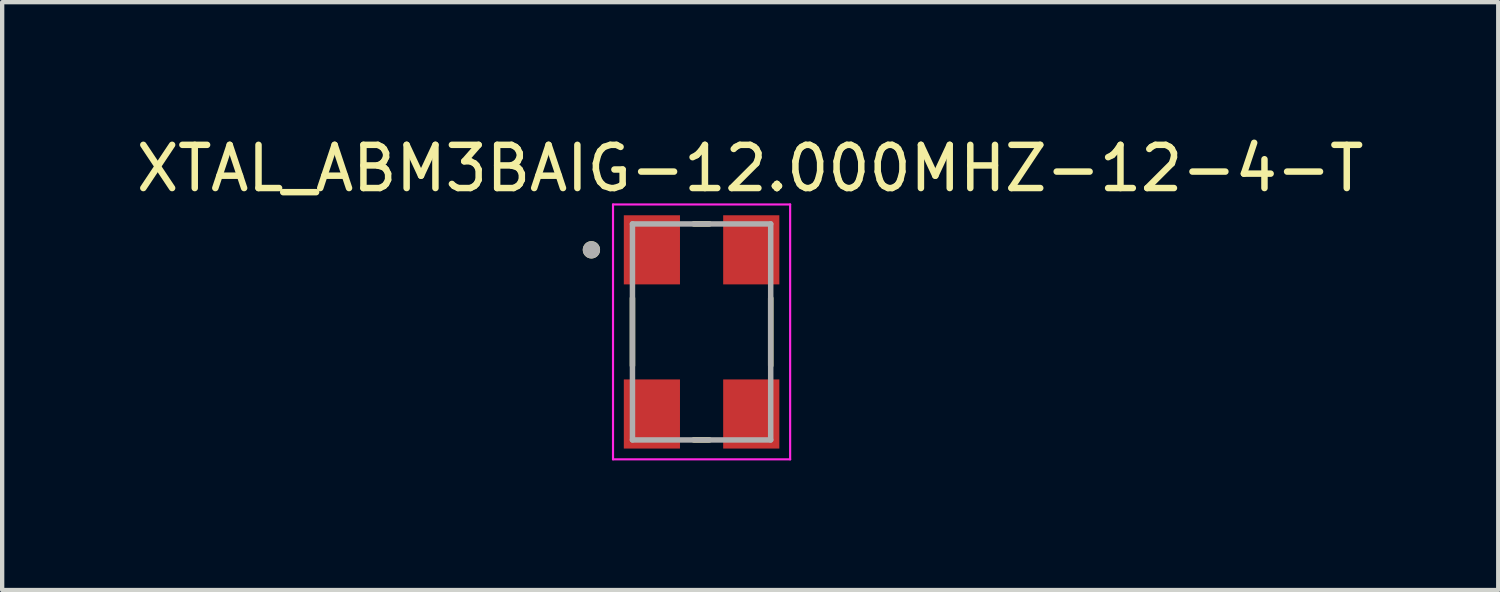
<source format=kicad_pcb>
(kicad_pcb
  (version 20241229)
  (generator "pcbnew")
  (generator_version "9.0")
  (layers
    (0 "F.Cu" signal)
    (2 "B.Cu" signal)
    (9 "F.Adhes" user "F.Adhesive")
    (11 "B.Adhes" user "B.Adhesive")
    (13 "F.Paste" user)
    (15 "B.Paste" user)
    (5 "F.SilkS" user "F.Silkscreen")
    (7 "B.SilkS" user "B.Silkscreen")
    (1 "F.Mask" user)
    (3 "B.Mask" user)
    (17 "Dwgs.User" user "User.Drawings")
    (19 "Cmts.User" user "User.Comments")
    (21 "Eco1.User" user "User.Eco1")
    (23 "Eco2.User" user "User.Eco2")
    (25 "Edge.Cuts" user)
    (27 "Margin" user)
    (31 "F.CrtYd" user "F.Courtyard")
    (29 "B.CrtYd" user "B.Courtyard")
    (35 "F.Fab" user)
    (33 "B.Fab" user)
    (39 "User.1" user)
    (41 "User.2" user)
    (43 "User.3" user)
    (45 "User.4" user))
  (footprint "XTAL_ABM3BAIG-12.000MHZ-12-4-T"
    (layer "F.Cu")
    (at 13.19 4.633)
    (property "Reference" "XTAL_ABM3BAIG-12.000MHZ-12-4-T" (at 1.125 -3.785 0) (layer "F.SilkS") (effects (font (size 1 1) (thickness 0.15))))
    (attr smd)
    (fp_line (start -1.6 -0.78) (end -1.6 0.78) (stroke (width 0.127) (type solid)) (layer "F.SilkS"))
    (fp_line (start -0.18 -2.5) (end 0.18 -2.5) (stroke (width 0.127) (type solid)) (layer "F.SilkS"))
    (fp_line (start -0.18 2.5) (end 0.18 2.5) (stroke (width 0.127) (type solid)) (layer "F.SilkS"))
    (fp_line (start 1.6 -0.78) (end 1.6 0.78) (stroke (width 0.127) (type solid)) (layer "F.SilkS"))
    (fp_circle (center -2.55 -1.9) (end -2.45 -1.9) (stroke (width 0.2) (type solid)) (fill no) (layer "F.SilkS"))
    (fp_line (start -2.05 -2.95) (end -2.05 2.95) (stroke (width 0.05) (type solid)) (layer "F.CrtYd"))
    (fp_line (start -2.05 -2.95) (end 2.05 -2.95) (stroke (width 0.05) (type solid)) (layer "F.CrtYd"))
    (fp_line (start 2.05 -2.95) (end 2.05 2.95) (stroke (width 0.05) (type solid)) (layer "F.CrtYd"))
    (fp_line (start 2.05 2.95) (end -2.05 2.95) (stroke (width 0.05) (type solid)) (layer "F.CrtYd"))
    (fp_line (start -1.6 -2.5) (end -1.6 2.5) (stroke (width 0.127) (type solid)) (layer "F.Fab"))
    (fp_line (start -1.6 -2.5) (end 1.6 -2.5) (stroke (width 0.127) (type solid)) (layer "F.Fab"))
    (fp_line (start 1.6 -2.5) (end 1.6 2.5) (stroke (width 0.127) (type solid)) (layer "F.Fab"))
    (fp_line (start 1.6 2.5) (end -1.6 2.5) (stroke (width 0.127) (type solid)) (layer "F.Fab"))
    (fp_circle (center -2.55 -1.9) (end -2.45 -1.9) (stroke (width 0.2) (type solid)) (fill no) (layer "F.Fab"))
    (pad "1" smd rect (at -1.15 -1.9) (size 1.3 1.6) (layers "F.Cu" "F.Mask" "F.Paste"))
    (pad "2" smd rect (at -1.15 1.9) (size 1.3 1.6) (layers "F.Cu" "F.Mask" "F.Paste"))
    (pad "3" smd rect (at 1.15 1.9) (size 1.3 1.6) (layers "F.Cu" "F.Mask" "F.Paste"))
    (pad "4" smd rect (at 1.15 -1.9) (size 1.3 1.6) (layers "F.Cu" "F.Mask" "F.Paste")))
  (gr_rect
    (start -3 -3)
    (end 31.631 10.608)
    (stroke (width 0.1) (type default))
    (fill no)
    (layer "Edge.Cuts")))
</source>
